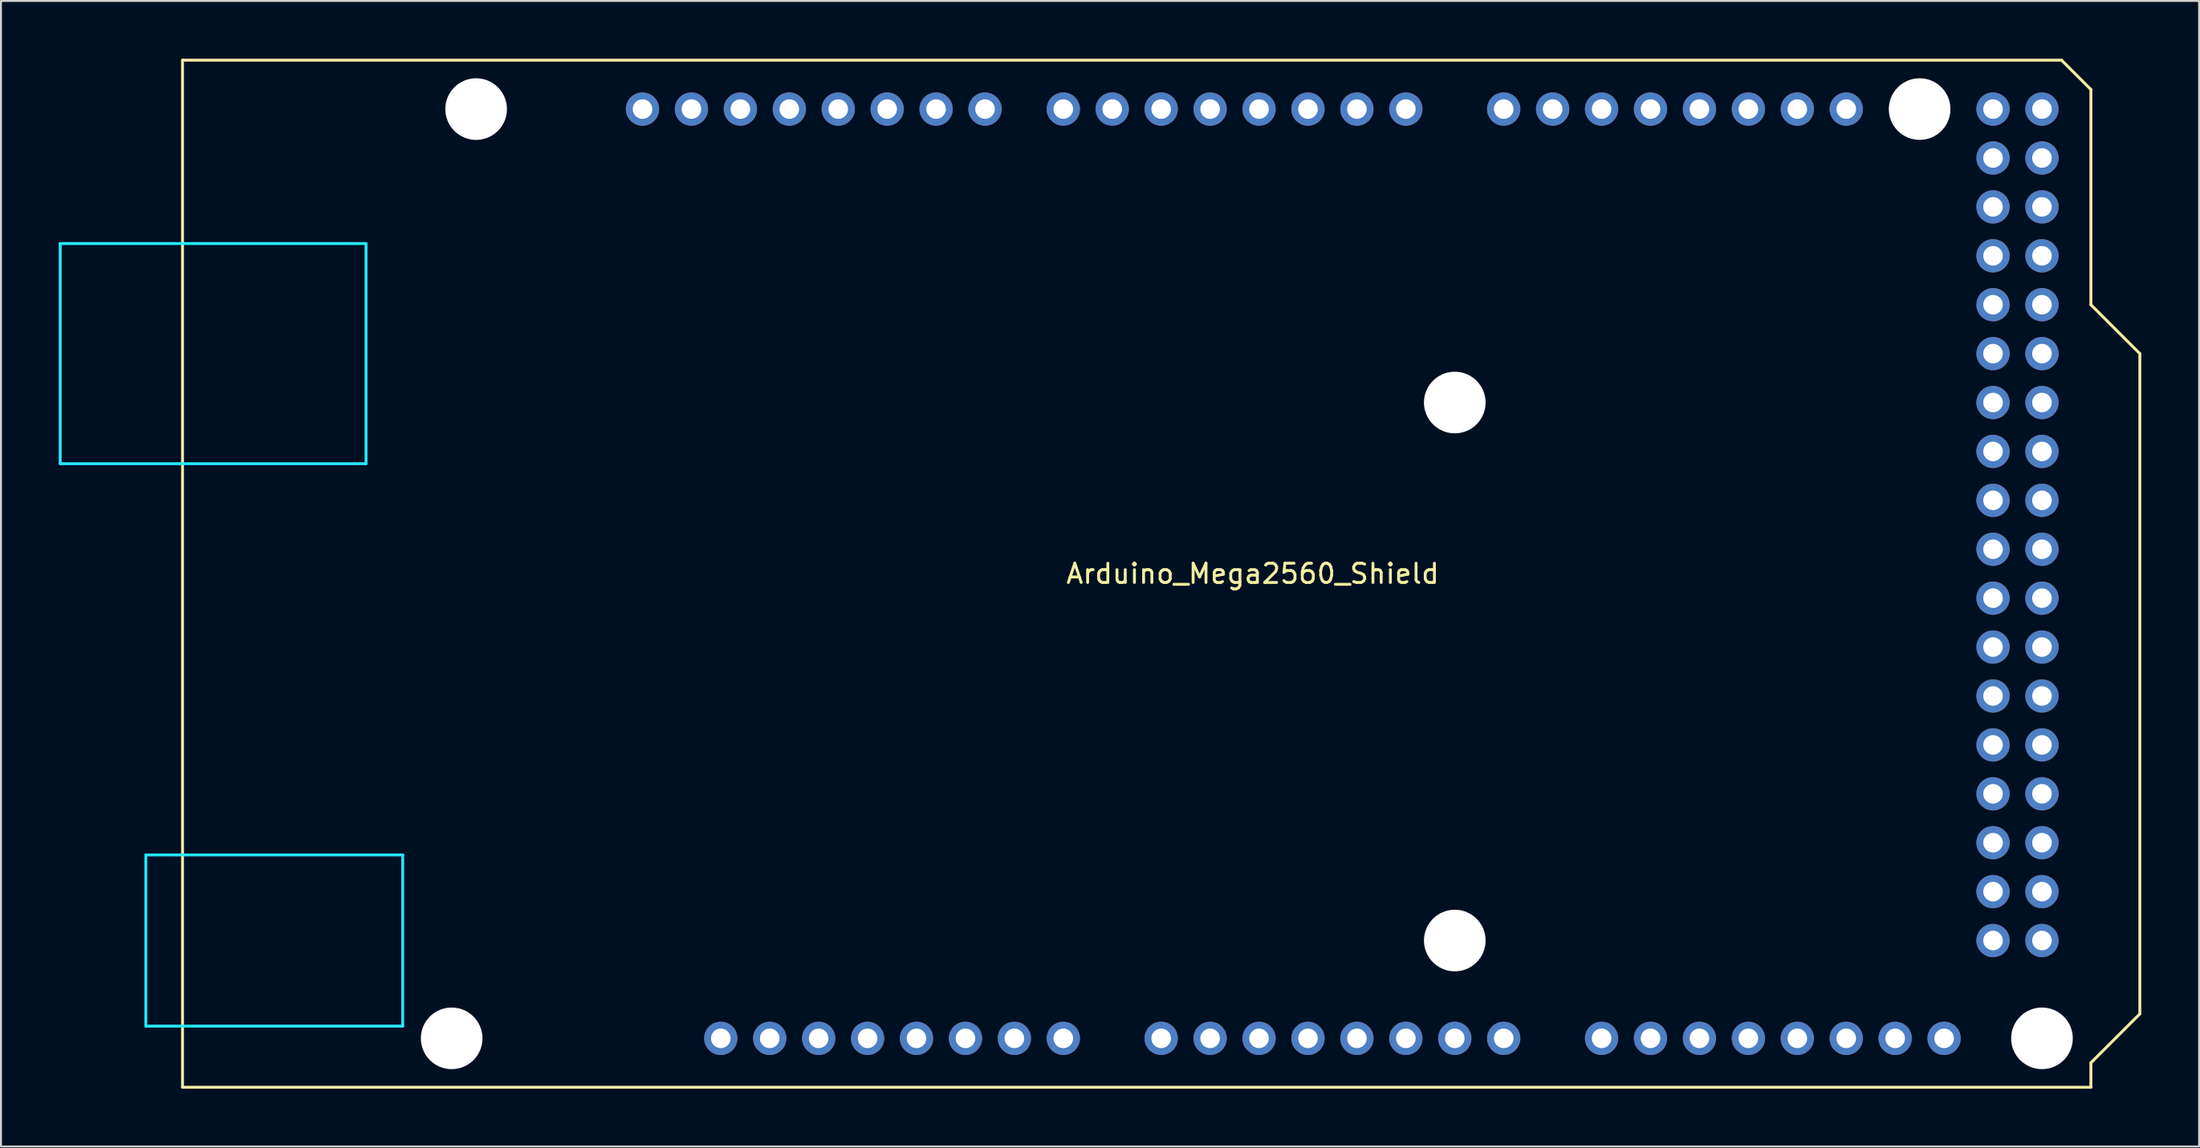
<source format=kicad_pcb>
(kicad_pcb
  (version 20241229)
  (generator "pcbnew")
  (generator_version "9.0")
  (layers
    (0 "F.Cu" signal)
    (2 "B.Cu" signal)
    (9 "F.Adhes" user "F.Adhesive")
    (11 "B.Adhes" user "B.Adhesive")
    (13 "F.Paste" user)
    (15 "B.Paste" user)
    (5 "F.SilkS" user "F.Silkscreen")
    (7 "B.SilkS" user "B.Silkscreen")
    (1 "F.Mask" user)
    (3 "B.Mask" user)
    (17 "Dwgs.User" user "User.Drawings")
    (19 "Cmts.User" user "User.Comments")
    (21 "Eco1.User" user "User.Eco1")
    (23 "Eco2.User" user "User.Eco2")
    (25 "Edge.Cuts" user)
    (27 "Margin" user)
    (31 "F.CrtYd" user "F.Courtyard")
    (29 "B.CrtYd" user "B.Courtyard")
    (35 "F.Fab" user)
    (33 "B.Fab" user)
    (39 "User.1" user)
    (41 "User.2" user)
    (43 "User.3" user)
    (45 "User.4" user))
  (footprint "Arduino_Mega2560_Shield"
    (layer "F.Cu")
    (at 61.725 26.745)
    (property "Reference" "Arduino_Mega2560_Shield" (at 0.254 0 0) (layer "F.SilkS") (effects (font (size 1 1) (thickness 0.15))))
    (attr through_hole)
    (fp_line (start -55.3 -26.67) (end -55.3 26.67) (stroke (width 0.15) (type solid)) (layer "F.SilkS"))
    (fp_line (start -55.3 -26.67) (end 42.236 -26.67) (stroke (width 0.15) (type solid)) (layer "F.SilkS"))
    (fp_line (start -55.3 26.67) (end 43.76 26.67) (stroke (width 0.15) (type solid)) (layer "F.SilkS"))
    (fp_line (start 42.236 -26.67) (end 43.76 -25.146) (stroke (width 0.15) (type solid)) (layer "F.SilkS"))
    (fp_line (start 43.76 -13.97) (end 43.76 -25.146) (stroke (width 0.15) (type solid)) (layer "F.SilkS"))
    (fp_line (start 43.76 25.4) (end 46.3 22.86) (stroke (width 0.15) (type solid)) (layer "F.SilkS"))
    (fp_line (start 43.76 26.67) (end 43.76 25.4) (stroke (width 0.15) (type solid)) (layer "F.SilkS"))
    (fp_line (start 46.3 -11.43) (end 43.76 -13.97) (stroke (width 0.15) (type solid)) (layer "F.SilkS"))
    (fp_line (start 46.3 22.86) (end 46.3 -11.43) (stroke (width 0.15) (type solid)) (layer "F.SilkS"))
    (fp_line (start -61.65 -17.145) (end -61.65 -5.715) (stroke (width 0.15) (type solid)) (layer "B.CrtYd"))
    (fp_line (start -57.205 14.605) (end -57.205 23.495) (stroke (width 0.15) (type solid)) (layer "B.CrtYd"))
    (fp_line (start -57.205 14.605) (end -43.87 14.605) (stroke (width 0.15) (type solid)) (layer "B.CrtYd"))
    (fp_line (start -57.205 23.495) (end -43.87 23.495) (stroke (width 0.15) (type solid)) (layer "B.CrtYd"))
    (fp_line (start -45.775 -17.145) (end -61.65 -17.145) (stroke (width 0.15) (type solid)) (layer "B.CrtYd"))
    (fp_line (start -45.775 -17.145) (end -45.775 -5.715) (stroke (width 0.15) (type solid)) (layer "B.CrtYd"))
    (fp_line (start -45.775 -5.715) (end -61.65 -5.715) (stroke (width 0.15) (type solid)) (layer "B.CrtYd"))
    (fp_line (start -43.87 14.605) (end -43.87 23.495) (stroke (width 0.15) (type solid)) (layer "B.CrtYd"))
    (pad "" np_thru_hole circle (at -41.33 24.13) (size 3.2 3.2) (drill 3.2) (layers "*.Cu" "*.Mask"))
    (pad "" np_thru_hole circle (at -40.06 -24.13) (size 3.2 3.2) (drill 3.2) (layers "*.Cu" "*.Mask"))
    (pad "" np_thru_hole circle (at 10.74 -8.89) (size 3.2 3.2) (drill 3.2) (layers "*.Cu" "*.Mask"))
    (pad "" np_thru_hole circle (at 10.74 19.05) (size 3.2 3.2) (drill 3.2) (layers "*.Cu" "*.Mask"))
    (pad "" np_thru_hole circle (at 34.87 -24.13) (size 3.2 3.2) (drill 3.2) (layers "*.Cu" "*.Mask"))
    (pad "" np_thru_hole circle (at 41.22 24.13) (size 3.2 3.2) (drill 3.2) (layers "*.Cu" "*.Mask"))
    (pad "1" thru_hole oval (at -27.36 24.13) (size 1.727 1.727) (drill 1.016) (layers "*.Cu" "*.Mask"))
    (pad "2" thru_hole oval (at -24.82 24.13) (size 1.727 1.727) (drill 1.016) (layers "*.Cu" "*.Mask"))
    (pad "3" thru_hole oval (at -22.28 24.13) (size 1.727 1.727) (drill 1.016) (layers "*.Cu" "*.Mask"))
    (pad "4" thru_hole oval (at -19.74 24.13) (size 1.727 1.727) (drill 1.016) (layers "*.Cu" "*.Mask"))
    (pad "5" thru_hole oval (at -17.2 24.13) (size 1.727 1.727) (drill 1.016) (layers "*.Cu" "*.Mask"))
    (pad "6" thru_hole oval (at -14.66 24.13) (size 1.727 1.727) (drill 1.016) (layers "*.Cu" "*.Mask"))
    (pad "7" thru_hole oval (at -12.12 24.13) (size 1.727 1.727) (drill 1.016) (layers "*.Cu" "*.Mask"))
    (pad "8" thru_hole oval (at -9.58 24.13) (size 1.727 1.727) (drill 1.016) (layers "*.Cu" "*.Mask"))
    (pad "9" thru_hole oval (at -4.5 24.13) (size 1.727 1.727) (drill 1.016) (layers "*.Cu" "*.Mask"))
    (pad "10" thru_hole oval (at -1.96 24.13) (size 1.727 1.727) (drill 1.016) (layers "*.Cu" "*.Mask"))
    (pad "11" thru_hole oval (at 0.58 24.13) (size 1.727 1.727) (drill 1.016) (layers "*.Cu" "*.Mask"))
    (pad "12" thru_hole oval (at 3.12 24.13) (size 1.727 1.727) (drill 1.016) (layers "*.Cu" "*.Mask"))
    (pad "13" thru_hole oval (at 5.66 24.13) (size 1.727 1.727) (drill 1.016) (layers "*.Cu" "*.Mask"))
    (pad "14" thru_hole oval (at 8.2 24.13) (size 1.727 1.727) (drill 1.016) (layers "*.Cu" "*.Mask"))
    (pad "15" thru_hole oval (at 10.74 24.13) (size 1.727 1.727) (drill 1.016) (layers "*.Cu" "*.Mask"))
    (pad "16" thru_hole oval (at 13.28 24.13) (size 1.727 1.727) (drill 1.016) (layers "*.Cu" "*.Mask"))
    (pad "17" thru_hole oval (at 18.36 24.13) (size 1.727 1.727) (drill 1.016) (layers "*.Cu" "*.Mask"))
    (pad "18" thru_hole oval (at 20.9 24.13) (size 1.727 1.727) (drill 1.016) (layers "*.Cu" "*.Mask"))
    (pad "19" thru_hole oval (at 23.44 24.13) (size 1.727 1.727) (drill 1.016) (layers "*.Cu" "*.Mask"))
    (pad "20" thru_hole oval (at 25.98 24.13) (size 1.727 1.727) (drill 1.016) (layers "*.Cu" "*.Mask"))
    (pad "21" thru_hole oval (at 28.52 24.13) (size 1.727 1.727) (drill 1.016) (layers "*.Cu" "*.Mask"))
    (pad "22" thru_hole oval (at 31.06 24.13) (size 1.727 1.727) (drill 1.016) (layers "*.Cu" "*.Mask"))
    (pad "23" thru_hole oval (at 33.6 24.13) (size 1.727 1.727) (drill 1.016) (layers "*.Cu" "*.Mask"))
    (pad "24" thru_hole oval (at 36.14 24.13) (size 1.727 1.727) (drill 1.016) (layers "*.Cu" "*.Mask"))
    (pad "25" thru_hole oval (at 41.22 19.05) (size 1.727 1.727) (drill 1.016) (layers "*.Cu" "*.Mask"))
    (pad "26" thru_hole oval (at 38.68 19.05) (size 1.727 1.727) (drill 1.016) (layers "*.Cu" "*.Mask"))
    (pad "27" thru_hole oval (at 41.22 16.51) (size 1.727 1.727) (drill 1.016) (layers "*.Cu" "*.Mask"))
    (pad "28" thru_hole oval (at 38.68 16.51) (size 1.727 1.727) (drill 1.016) (layers "*.Cu" "*.Mask"))
    (pad "29" thru_hole oval (at 41.22 13.97) (size 1.727 1.727) (drill 1.016) (layers "*.Cu" "*.Mask"))
    (pad "30" thru_hole oval (at 38.68 13.97) (size 1.727 1.727) (drill 1.016) (layers "*.Cu" "*.Mask"))
    (pad "31" thru_hole oval (at 41.22 11.43) (size 1.727 1.727) (drill 1.016) (layers "*.Cu" "*.Mask"))
    (pad "32" thru_hole oval (at 38.68 11.43) (size 1.727 1.727) (drill 1.016) (layers "*.Cu" "*.Mask"))
    (pad "33" thru_hole oval (at 41.22 8.89) (size 1.727 1.727) (drill 1.016) (layers "*.Cu" "*.Mask"))
    (pad "34" thru_hole oval (at 38.68 8.89) (size 1.727 1.727) (drill 1.016) (layers "*.Cu" "*.Mask"))
    (pad "35" thru_hole oval (at 41.22 6.35) (size 1.727 1.727) (drill 1.016) (layers "*.Cu" "*.Mask"))
    (pad "36" thru_hole oval (at 38.68 6.35) (size 1.727 1.727) (drill 1.016) (layers "*.Cu" "*.Mask"))
    (pad "37" thru_hole oval (at 41.22 3.81) (size 1.727 1.727) (drill 1.016) (layers "*.Cu" "*.Mask"))
    (pad "38" thru_hole oval (at 38.68 3.81) (size 1.727 1.727) (drill 1.016) (layers "*.Cu" "*.Mask"))
    (pad "39" thru_hole oval (at 41.22 1.27) (size 1.727 1.727) (drill 1.016) (layers "*.Cu" "*.Mask"))
    (pad "40" thru_hole oval (at 38.68 1.27) (size 1.727 1.727) (drill 1.016) (layers "*.Cu" "*.Mask"))
    (pad "41" thru_hole oval (at 41.22 -1.27) (size 1.727 1.727) (drill 1.016) (layers "*.Cu" "*.Mask"))
    (pad "42" thru_hole oval (at 38.68 -1.27) (size 1.727 1.727) (drill 1.016) (layers "*.Cu" "*.Mask"))
    (pad "43" thru_hole oval (at 41.22 -3.81) (size 1.727 1.727) (drill 1.016) (layers "*.Cu" "*.Mask"))
    (pad "44" thru_hole oval (at 38.68 -3.81) (size 1.727 1.727) (drill 1.016) (layers "*.Cu" "*.Mask"))
    (pad "45" thru_hole oval (at 41.22 -6.35) (size 1.727 1.727) (drill 1.016) (layers "*.Cu" "*.Mask"))
    (pad "46" thru_hole oval (at 38.68 -6.35) (size 1.727 1.727) (drill 1.016) (layers "*.Cu" "*.Mask"))
    (pad "47" thru_hole oval (at 41.22 -8.89) (size 1.727 1.727) (drill 1.016) (layers "*.Cu" "*.Mask"))
    (pad "48" thru_hole oval (at 38.68 -8.89) (size 1.727 1.727) (drill 1.016) (layers "*.Cu" "*.Mask"))
    (pad "49" thru_hole oval (at 41.22 -11.43) (size 1.727 1.727) (drill 1.016) (layers "*.Cu" "*.Mask"))
    (pad "50" thru_hole oval (at 38.68 -11.43) (size 1.727 1.727) (drill 1.016) (layers "*.Cu" "*.Mask"))
    (pad "51" thru_hole oval (at 41.22 -13.97) (size 1.727 1.727) (drill 1.016) (layers "*.Cu" "*.Mask"))
    (pad "52" thru_hole oval (at 38.68 -13.97) (size 1.727 1.727) (drill 1.016) (layers "*.Cu" "*.Mask"))
    (pad "53" thru_hole oval (at 41.22 -16.51) (size 1.727 1.727) (drill 1.016) (layers "*.Cu" "*.Mask"))
    (pad "54" thru_hole oval (at 38.68 -16.51) (size 1.727 1.727) (drill 1.016) (layers "*.Cu" "*.Mask"))
    (pad "55" thru_hole oval (at 41.22 -19.05) (size 1.727 1.727) (drill 1.016) (layers "*.Cu" "*.Mask"))
    (pad "56" thru_hole oval (at 38.68 -19.05) (size 1.727 1.727) (drill 1.016) (layers "*.Cu" "*.Mask"))
    (pad "57" thru_hole oval (at 41.22 -21.59) (size 1.727 1.727) (drill 1.016) (layers "*.Cu" "*.Mask"))
    (pad "58" thru_hole oval (at 38.68 -21.59) (size 1.727 1.727) (drill 1.016) (layers "*.Cu" "*.Mask"))
    (pad "59" thru_hole oval (at 41.22 -24.13) (size 1.727 1.727) (drill 1.016) (layers "*.Cu" "*.Mask"))
    (pad "60" thru_hole oval (at 38.68 -24.13) (size 1.727 1.727) (drill 1.016) (layers "*.Cu" "*.Mask"))
    (pad "61" thru_hole oval (at 31.06 -24.13) (size 1.727 1.727) (drill 1.016) (layers "*.Cu" "*.Mask"))
    (pad "62" thru_hole oval (at 28.52 -24.13) (size 1.727 1.727) (drill 1.016) (layers "*.Cu" "*.Mask"))
    (pad "63" thru_hole oval (at 25.98 -24.13) (size 1.727 1.727) (drill 1.016) (layers "*.Cu" "*.Mask"))
    (pad "64" thru_hole oval (at 23.44 -24.13) (size 1.727 1.727) (drill 1.016) (layers "*.Cu" "*.Mask"))
    (pad "65" thru_hole oval (at 20.9 -24.13) (size 1.727 1.727) (drill 1.016) (layers "*.Cu" "*.Mask"))
    (pad "66" thru_hole oval (at 18.36 -24.13) (size 1.727 1.727) (drill 1.016) (layers "*.Cu" "*.Mask"))
    (pad "67" thru_hole oval (at 15.82 -24.13) (size 1.727 1.727) (drill 1.016) (layers "*.Cu" "*.Mask"))
    (pad "68" thru_hole oval (at 13.28 -24.13) (size 1.727 1.727) (drill 1.016) (layers "*.Cu" "*.Mask"))
    (pad "69" thru_hole oval (at 8.2 -24.13) (size 1.727 1.727) (drill 1.016) (layers "*.Cu" "*.Mask"))
    (pad "70" thru_hole oval (at 5.66 -24.13) (size 1.727 1.727) (drill 1.016) (layers "*.Cu" "*.Mask"))
    (pad "71" thru_hole oval (at 3.12 -24.13) (size 1.727 1.727) (drill 1.016) (layers "*.Cu" "*.Mask"))
    (pad "72" thru_hole oval (at 0.58 -24.13) (size 1.727 1.727) (drill 1.016) (layers "*.Cu" "*.Mask"))
    (pad "73" thru_hole oval (at -1.96 -24.13) (size 1.727 1.727) (drill 1.016) (layers "*.Cu" "*.Mask"))
    (pad "74" thru_hole oval (at -4.5 -24.13) (size 1.727 1.727) (drill 1.016) (layers "*.Cu" "*.Mask"))
    (pad "75" thru_hole oval (at -7.04 -24.13) (size 1.727 1.727) (drill 1.016) (layers "*.Cu" "*.Mask"))
    (pad "76" thru_hole oval (at -9.58 -24.13) (size 1.727 1.727) (drill 1.016) (layers "*.Cu" "*.Mask"))
    (pad "77" thru_hole oval (at -13.644 -24.13) (size 1.727 1.727) (drill 1.016) (layers "*.Cu" "*.Mask"))
    (pad "78" thru_hole oval (at -16.184 -24.13) (size 1.727 1.727) (drill 1.016) (layers "*.Cu" "*.Mask"))
    (pad "79" thru_hole oval (at -18.724 -24.13) (size 1.727 1.727) (drill 1.016) (layers "*.Cu" "*.Mask"))
    (pad "80" thru_hole oval (at -21.264 -24.13) (size 1.727 1.727) (drill 1.016) (layers "*.Cu" "*.Mask"))
    (pad "81" thru_hole oval (at -23.804 -24.13) (size 1.727 1.727) (drill 1.016) (layers "*.Cu" "*.Mask"))
    (pad "82" thru_hole oval (at -26.344 -24.13) (size 1.727 1.727) (drill 1.016) (layers "*.Cu" "*.Mask"))
    (pad "83" thru_hole oval (at -28.884 -24.13) (size 1.727 1.727) (drill 1.016) (layers "*.Cu" "*.Mask"))
    (pad "84" thru_hole oval (at -31.424 -24.13) (size 1.727 1.727) (drill 1.016) (layers "*.Cu" "*.Mask")))
  (gr_rect
    (start -3 -3)
    (end 111.1 56.49)
    (stroke (width 0.1) (type default))
    (fill no)
    (layer "Edge.Cuts")))
</source>
